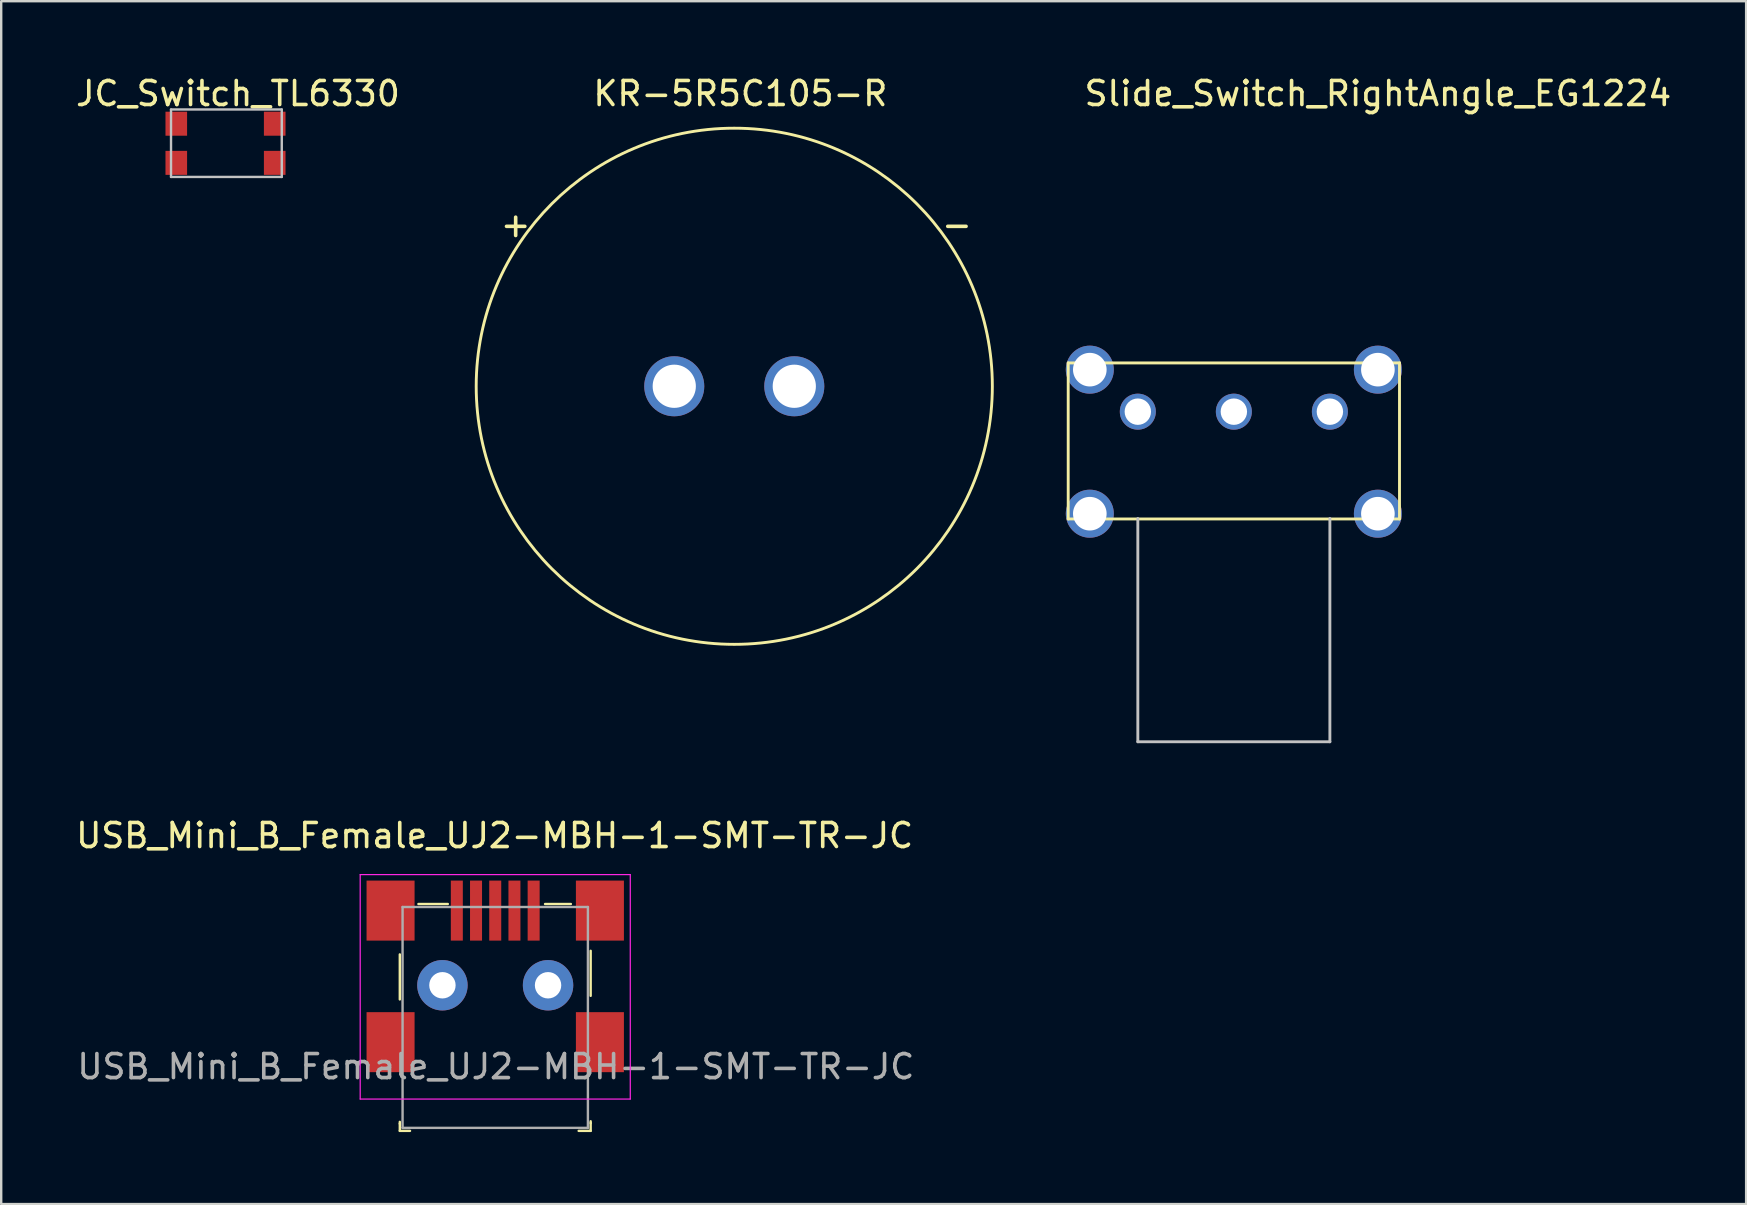
<source format=kicad_pcb>
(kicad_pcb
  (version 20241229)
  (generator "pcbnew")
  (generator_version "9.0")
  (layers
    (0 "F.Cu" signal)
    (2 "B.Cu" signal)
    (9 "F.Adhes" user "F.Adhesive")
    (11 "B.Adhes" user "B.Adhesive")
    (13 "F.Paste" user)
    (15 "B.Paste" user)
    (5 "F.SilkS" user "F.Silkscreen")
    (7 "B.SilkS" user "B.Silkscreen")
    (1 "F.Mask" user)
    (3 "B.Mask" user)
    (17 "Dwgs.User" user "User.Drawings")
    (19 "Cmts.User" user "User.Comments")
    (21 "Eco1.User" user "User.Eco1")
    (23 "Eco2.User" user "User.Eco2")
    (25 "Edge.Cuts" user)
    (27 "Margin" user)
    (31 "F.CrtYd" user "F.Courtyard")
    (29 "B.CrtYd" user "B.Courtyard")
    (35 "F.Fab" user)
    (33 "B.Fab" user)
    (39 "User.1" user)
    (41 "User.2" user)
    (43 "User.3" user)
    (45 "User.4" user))
  (footprint "KR-5R5C105-R"
    (layer "F.Cu")
    (at 27.536 13.04)
    (property "Reference" "KR-5R5C105-R" (at 0.254 -12.192 0) (layer "F.SilkS") (effects (font (size 1 1) (thickness 0.15))))
    (attr through_hole)
    (fp_circle (center 0 0) (end 10.75 0) (stroke (width 0.12) (type solid)) (fill no) (layer "F.SilkS"))
    (fp_text user "+" (at -9.106 -6.736 0) (layer "F.SilkS") (effects (font (size 1 1) (thickness 0.15))))
    (fp_text user "-" (at 9.274 -6.736 0) (layer "F.SilkS") (effects (font (size 1 1) (thickness 0.15))))
    (pad "1" thru_hole circle (at -2.5 0) (size 2.5 2.5) (drill 1.8) (layers "*.Cu" "*.Mask"))
    (pad "2" thru_hole circle (at 2.5 0) (size 2.5 2.5) (drill 1.8) (layers "*.Cu" "*.Mask")))
  (footprint "Slide_Switch_RightAngle_EG1224"
    (layer "F.Cu")
    (at 54.346 0.348)
    (property "Reference" "Slide_Switch_RightAngle_EG1224" (at 0 0.5 0) (layer "F.SilkS") (effects (font (size 1 1) (thickness 0.15))))
    (attr through_hole)
    (fp_line (start -12.9 11.72) (end -12.9 18.22) (stroke (width 0.12) (type solid)) (layer "F.SilkS"))
    (fp_line (start -12.9 11.72) (end 0.9 11.72) (stroke (width 0.12) (type solid)) (layer "F.SilkS"))
    (fp_line (start -12.9 18.22) (end 0.9 18.22) (stroke (width 0.12) (type solid)) (layer "F.SilkS"))
    (fp_line (start 0.9 11.72) (end 0.9 18.22) (stroke (width 0.12) (type solid)) (layer "F.SilkS"))
    (fp_line (start -10 18.2) (end -10 27.5) (stroke (width 0.12) (type solid)) (layer "Dwgs.User"))
    (fp_line (start -10 27.5) (end -2 27.5) (stroke (width 0.12) (type solid)) (layer "Dwgs.User"))
    (fp_line (start -2 27.5) (end -2 18.2) (stroke (width 0.12) (type solid)) (layer "Dwgs.User"))
    (pad "" thru_hole circle (at -12 12) (size 2 2) (drill 1.4) (layers "*.Cu" "*.Mask"))
    (pad "" thru_hole circle (at -12 18) (size 2 2) (drill 1.4) (layers "*.Cu" "*.Mask"))
    (pad "" thru_hole circle (at 0 12) (size 2 2) (drill 1.4) (layers "*.Cu" "*.Mask"))
    (pad "" thru_hole circle (at 0 18) (size 2 2) (drill 1.4) (layers "*.Cu" "*.Mask"))
    (pad "0" thru_hole circle (at -10 13.75) (size 1.5 1.5) (drill 1.1) (layers "*.Cu" "*.Mask"))
    (pad "1" thru_hole circle (at -6 13.75) (size 1.5 1.5) (drill 1.1) (layers "*.Cu" "*.Mask"))
    (pad "3" thru_hole circle (at -2 13.75) (size 1.5 1.5) (drill 1.1) (layers "*.Cu" "*.Mask")))
  (footprint "USB_Mini_B_Female_UJ2-MBH-1-SMT-TR-JC"
    (layer "F.Cu")
    (at 17.579 42.731)
    (property "Reference" "USB_Mini_B_Female_UJ2-MBH-1-SMT-TR-JC" (at -0.025 -10.975 0) (layer "F.SilkS") (effects (font (size 1 1) (thickness 0.15))))
    (attr smd)
    (fp_line (start -3.975 -6.025) (end -3.975 -4.15) (stroke (width 0.1) (type solid)) (layer "F.SilkS"))
    (fp_line (start -3.975 1.025) (end -3.975 0.95) (stroke (width 0.1) (type solid)) (layer "F.SilkS"))
    (fp_line (start -3.975 1.025) (end -3.975 1.325) (stroke (width 0.1) (type solid)) (layer "F.SilkS"))
    (fp_line (start -3.975 1.325) (end -3.55 1.325) (stroke (width 0.1) (type solid)) (layer "F.SilkS"))
    (fp_line (start -1.975 -8.125) (end -3.2 -8.125) (stroke (width 0.1) (type solid)) (layer "F.SilkS"))
    (fp_line (start 3.15 -8.125) (end 2.075 -8.125) (stroke (width 0.1) (type solid)) (layer "F.SilkS"))
    (fp_line (start 3.975 -4.3) (end 3.975 -6.175) (stroke (width 0.1) (type solid)) (layer "F.SilkS"))
    (fp_line (start 3.975 1) (end 3.975 0.925) (stroke (width 0.1) (type solid)) (layer "F.SilkS"))
    (fp_line (start 3.975 1) (end 3.975 1.325) (stroke (width 0.1) (type solid)) (layer "F.SilkS"))
    (fp_line (start 3.975 1.325) (end 3.475 1.325) (stroke (width 0.1) (type solid)) (layer "F.SilkS"))
    (fp_line (start -5.625 -9.35) (end -5.625 0) (stroke (width 0.05) (type solid)) (layer "F.CrtYd"))
    (fp_line (start -5.625 -9.35) (end 5.625 -9.35) (stroke (width 0.05) (type solid)) (layer "F.CrtYd"))
    (fp_line (start -5.625 0) (end 5.625 0) (stroke (width 0.05) (type solid)) (layer "F.CrtYd"))
    (fp_line (start 5.625 -9.35) (end 5.625 0) (stroke (width 0.05) (type solid)) (layer "F.CrtYd"))
    (fp_line (start -3.86 -8) (end -3.86 1.2) (stroke (width 0.1) (type solid)) (layer "F.Fab"))
    (fp_line (start -3.86 -8) (end 3.86 -8) (stroke (width 0.1) (type solid)) (layer "F.Fab"))
    (fp_line (start 3.86 -8) (end 3.86 1.2) (stroke (width 0.1) (type solid)) (layer "F.Fab"))
    (fp_line (start 3.86 1.2) (end -3.86 1.2) (stroke (width 0.1) (type solid)) (layer "F.Fab"))
    (fp_text user "${REFERENCE}" (at 0.025 -1.35 0) (layer "F.Fab") (effects (font (size 1 1) (thickness 0.15))))
    (pad "1" smd rect (at -1.6 -7.85) (size 0.5 2.5) (layers "F.Cu" "F.Mask" "F.Paste"))
    (pad "2" smd rect (at -0.8 -7.85) (size 0.5 2.5) (layers "F.Cu" "F.Mask" "F.Paste"))
    (pad "3" smd rect (at 0 -7.85) (size 0.5 2.5) (layers "F.Cu" "F.Mask" "F.Paste"))
    (pad "4" smd rect (at 0.8 -7.85) (size 0.5 2.5) (layers "F.Cu" "F.Mask" "F.Paste"))
    (pad "5" smd rect (at 1.6 -7.85) (size 0.5 2.5) (layers "F.Cu" "F.Mask" "F.Paste"))
    (pad "6" smd rect (at -4.36 -7.85) (size 2 2.5) (layers "F.Cu" "F.Mask" "F.Paste"))
    (pad "6" smd rect (at -4.36 -2.37) (size 2 2.5) (layers "F.Cu" "F.Mask" "F.Paste"))
    (pad "6" thru_hole circle (at -2.2 -4.74) (size 2.1 2.1) (drill 1.1) (layers "*.Cu" "*.Mask"))
    (pad "6" thru_hole circle (at 2.2 -4.74) (size 2.1 2.1) (drill 1.1) (layers "*.Cu" "*.Mask"))
    (pad "SH" smd rect (at 4.36 -7.85) (size 2 2.5) (layers "F.Cu" "F.Mask" "F.Paste"))
    (pad "SH" smd rect (at 4.36 -2.37) (size 2 2.5) (layers "F.Cu" "F.Mask" "F.Paste")))
  (footprint "JC_Switch_TL6330"
    (layer "F.Cu")
    (at 3.843 1.615)
    (property "Reference" "JC_Switch_TL6330" (at 3.02 -0.767 180) (layer "F.SilkS") (effects (font (size 1 1) (thickness 0.15))))
    (attr through_hole)
    (fp_line (start 0.231 -0.104) (end 4.844 -0.104) (stroke (width 0.1) (type solid)) (layer "Dwgs.User"))
    (fp_line (start 0.231 2.705) (end 0.231 -0.104) (stroke (width 0.1) (type solid)) (layer "Dwgs.User"))
    (fp_line (start 4.844 -0.104) (end 4.844 2.705) (stroke (width 0.1) (type solid)) (layer "Dwgs.User"))
    (fp_line (start 4.844 2.705) (end 0.231 2.705) (stroke (width 0.1) (type solid)) (layer "Dwgs.User"))
    (pad "1" smd rect (at 0.45 0.488) (size 0.9 1) (layers "F.Cu" "F.Mask" "F.Paste"))
    (pad "2" smd rect (at 0.45 2.119 180) (size 0.9 1) (layers "F.Cu" "F.Mask" "F.Paste"))
    (pad "2" smd rect (at 4.55 0.488) (size 0.9 1) (layers "F.Cu" "F.Mask" "F.Paste"))
    (pad "2" smd rect (at 4.55 2.119) (size 0.9 1) (layers "F.Cu" "F.Mask" "F.Paste")))
  (gr_rect
    (start -3 -3)
    (end 69.685 47.106)
    (stroke (width 0.1) (type default))
    (fill no)
    (layer "Edge.Cuts")))
</source>
